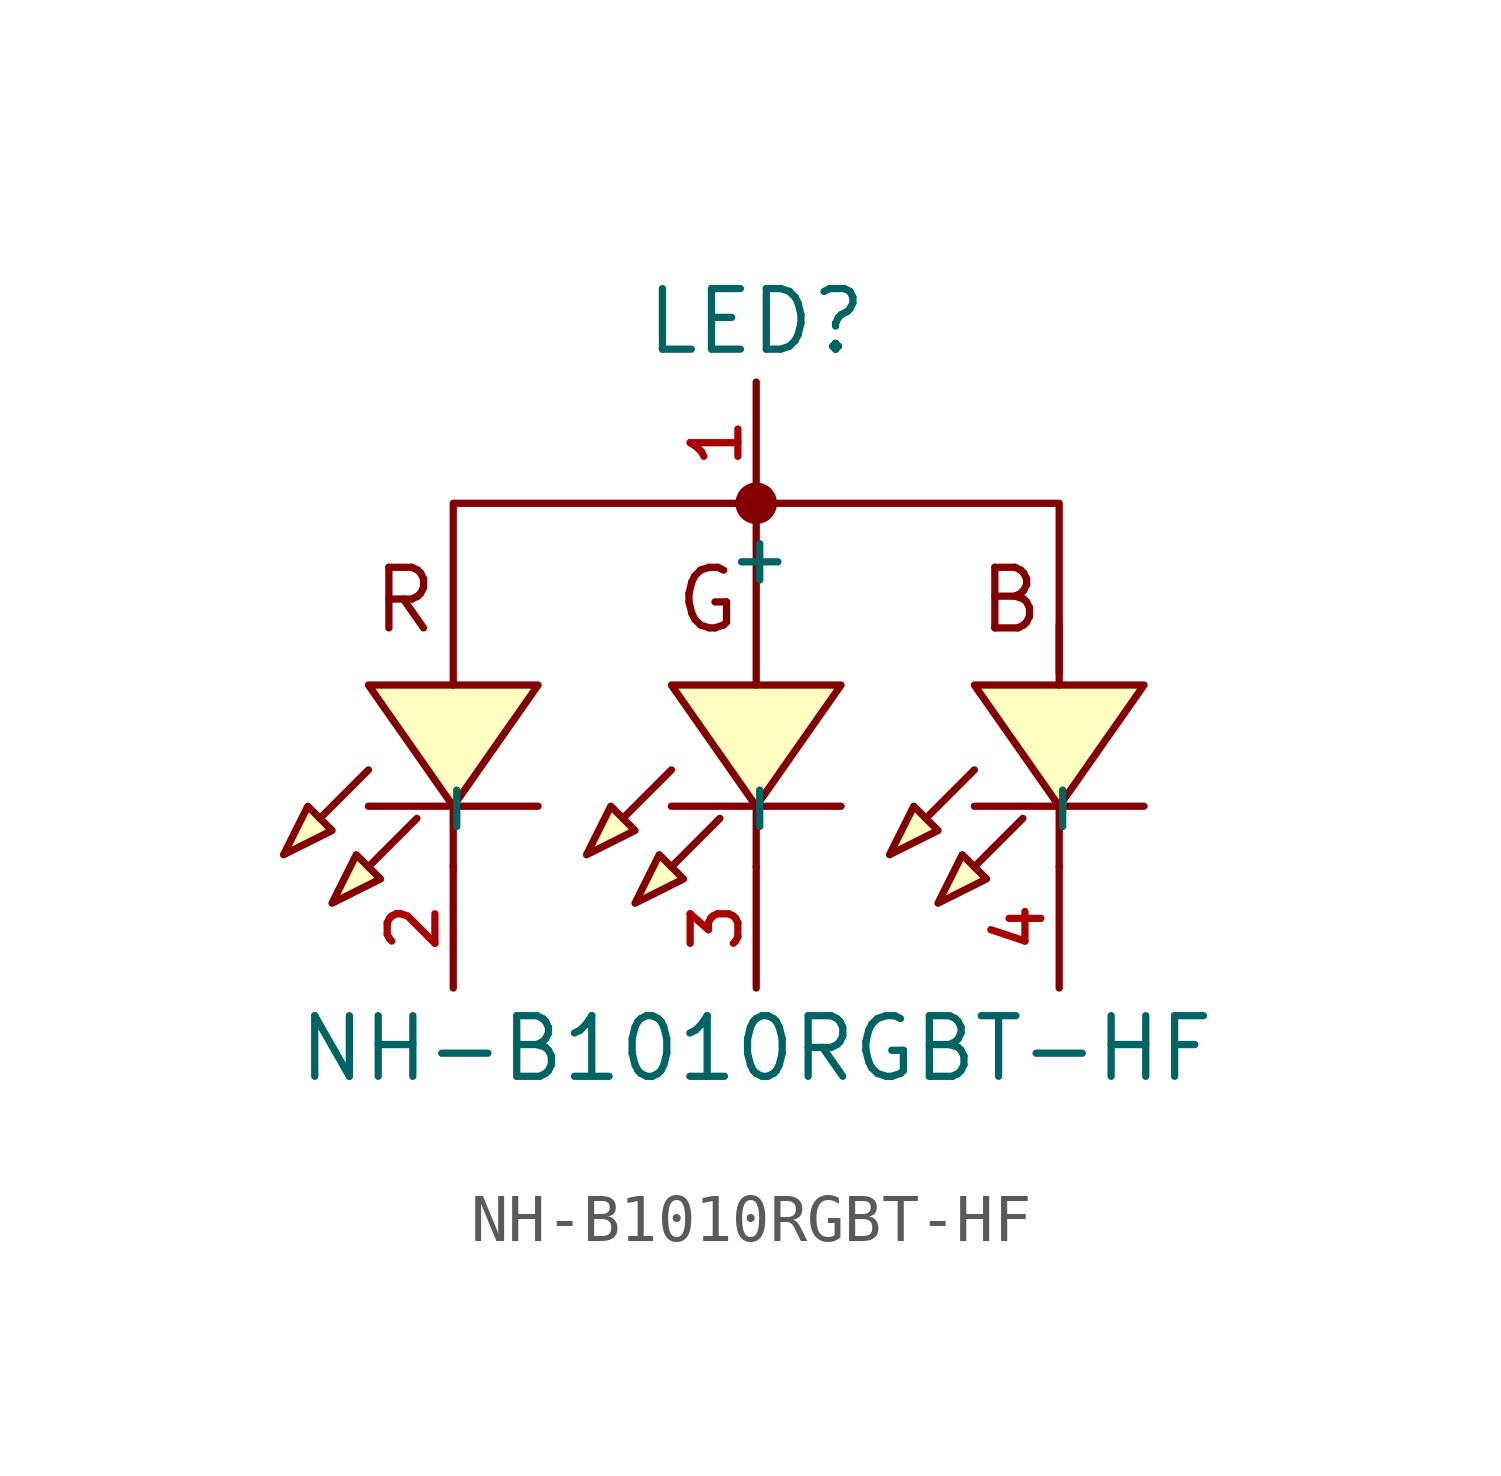
<source format=kicad_sym>
(kicad_symbol_lib
  (version 20231120)
  (generator "kicad_symbol_editor")
  (generator_version "8.0")
  (symbol "NH-B1010RGBT-HF"
    (property "Reference" "LED"
      (at 0 7.62 0)
      (effects (font (size 1.27 1.27))))
    (property "Value" "NH-B1010RGBT-HF"
      (at 0 -7.62 0)
      (effects (font (size 1.27 1.27))))
    (symbol "NH-B1010RGBT-HF_0_1"
      (polyline (pts (xy -8.128 -2.54) (xy -4.572 -2.54)) (stroke (width 0) (type default)) (fill (type none)))
      (polyline (pts (xy -8.128 -1.778) (xy -9.144 -2.794)) (stroke (width 0) (type default)) (fill (type none)))
      (polyline (pts (xy -7.112 -2.794) (xy -8.128 -3.81)) (stroke (width 0) (type default)) (fill (type none)))
      (polyline (pts (xy -6.35 -2.54) (xy -6.35 -3.81)) (stroke (width 0) (type default)) (fill (type none)))
      (polyline (pts (xy -1.778 -2.54) (xy 1.778 -2.54)) (stroke (width 0) (type default)) (fill (type none)))
      (polyline (pts (xy -1.778 -1.778) (xy -2.794 -2.794)) (stroke (width 0) (type default)) (fill (type none)))
      (polyline (pts (xy -0.762 -2.794) (xy -1.778 -3.81)) (stroke (width 0) (type default)) (fill (type none)))
      (polyline (pts (xy 0 -2.54) (xy 0 -3.81)) (stroke (width 0) (type default)) (fill (type none)))
      (polyline (pts (xy 4.572 -2.54) (xy 8.128 -2.54)) (stroke (width 0) (type default)) (fill (type none)))
      (polyline (pts (xy 4.572 -1.778) (xy 3.556 -2.794)) (stroke (width 0) (type default)) (fill (type none)))
      (polyline (pts (xy 5.588 -2.794) (xy 4.572 -3.81)) (stroke (width 0) (type default)) (fill (type none)))
      (polyline (pts (xy 6.35 -2.54) (xy 6.35 -3.81)) (stroke (width 0) (type default)) (fill (type none)))
      (polyline (pts (xy 6.35 1.27) (xy 6.35 0)) (stroke (width 0) (type default)) (fill (type none)))
      (polyline (pts (xy -9.906 -3.556) (xy -9.398 -2.54) (xy -8.89 -3.048) (xy -9.906 -3.556)) (stroke (width 0) (type default)) (fill (type background)))
      (polyline (pts (xy -8.89 -4.572) (xy -8.382 -3.556) (xy -7.874 -4.064) (xy -8.89 -4.572)) (stroke (width 0) (type default)) (fill (type background)))
      (polyline (pts (xy -8.128 0) (xy -6.35 -2.54) (xy -4.572 0) (xy -8.128 0)) (stroke (width 0) (type default)) (fill (type background)))
      (polyline (pts (xy -6.35 0) (xy -6.35 3.81) (xy 0 3.81) (xy 0 3.81)) (stroke (width 0) (type default)) (fill (type none)))
      (polyline (pts (xy -3.556 -3.556) (xy -3.048 -2.54) (xy -2.54 -3.048) (xy -3.556 -3.556)) (stroke (width 0) (type default)) (fill (type background)))
      (polyline (pts (xy -2.54 -4.572) (xy -2.032 -3.556) (xy -1.524 -4.064) (xy -2.54 -4.572)) (stroke (width 0) (type default)) (fill (type background)))
      (polyline (pts (xy -1.778 0) (xy 0 -2.54) (xy 1.778 0) (xy -1.778 0)) (stroke (width 0) (type default)) (fill (type background)))
      (polyline (pts (xy 2.794 -3.556) (xy 3.302 -2.54) (xy 3.81 -3.048) (xy 2.794 -3.556)) (stroke (width 0) (type default)) (fill (type background)))
      (polyline (pts (xy 3.81 -4.572) (xy 4.318 -3.556) (xy 4.826 -4.064) (xy 3.81 -4.572)) (stroke (width 0) (type default)) (fill (type background)))
      (polyline (pts (xy 4.572 0) (xy 6.35 -2.54) (xy 8.128 0) (xy 4.572 0)) (stroke (width 0) (type default)) (fill (type background)))
      (polyline (pts (xy 0 0) (xy 0 3.81) (xy 6.35 3.81) (xy 6.35 1.27) (xy 6.35 0.254)) (stroke (width 0) (type default)) (fill (type none)))
      (circle (center 0 3.81) (radius 0.359) (stroke (width 0) (type default)) (fill (type outline)))
      (pin passive line (at 0 6.35 270) (length 2.54) (name "+" (effects (font (size 1 1)))) (number "1" (effects (font (size 1 1)))))
      (pin passive line (at -6.35 -6.35 90) (length 2.54) (name "-" (effects (font (size 1 1)))) (number "2" (effects (font (size 1 1)))))
      (pin passive line (at 0 -6.35 90) (length 2.54) (name "-" (effects (font (size 1 1)))) (number "3" (effects (font (size 1 1)))))
      (pin passive line (at 6.35 -6.35 90) (length 2.54) (name "-" (effects (font (size 1 1)))) (number "4" (effects (font (size 1 1))))))
    (symbol "NH-B1010RGBT-HF_1_1"
      (text "B" (at 5.334 1.778 0) (effects (font (size 1.27 1.27))))
      (text "G" (at -1.016 1.778 0) (effects (font (size 1.27 1.27))))
      (text "R" (at -7.366 1.778 0) (effects (font (size 1.27 1.27)))))))
</source>
